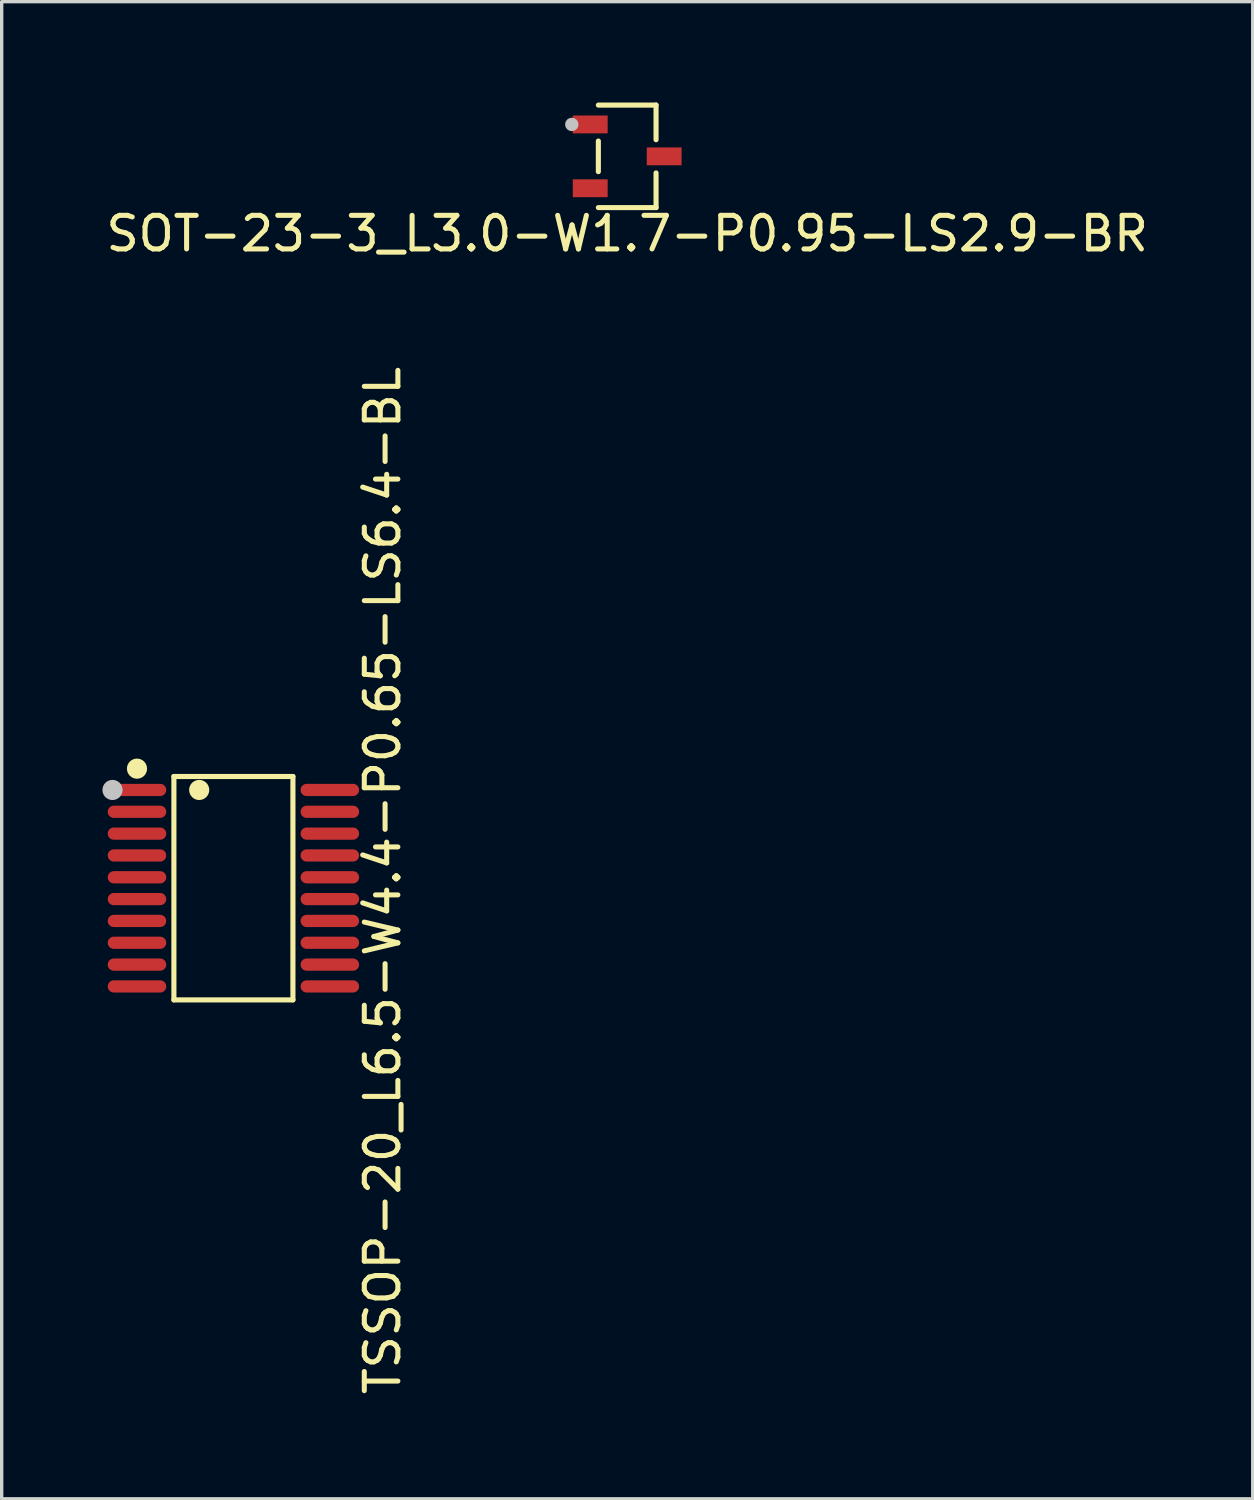
<source format=kicad_pcb>
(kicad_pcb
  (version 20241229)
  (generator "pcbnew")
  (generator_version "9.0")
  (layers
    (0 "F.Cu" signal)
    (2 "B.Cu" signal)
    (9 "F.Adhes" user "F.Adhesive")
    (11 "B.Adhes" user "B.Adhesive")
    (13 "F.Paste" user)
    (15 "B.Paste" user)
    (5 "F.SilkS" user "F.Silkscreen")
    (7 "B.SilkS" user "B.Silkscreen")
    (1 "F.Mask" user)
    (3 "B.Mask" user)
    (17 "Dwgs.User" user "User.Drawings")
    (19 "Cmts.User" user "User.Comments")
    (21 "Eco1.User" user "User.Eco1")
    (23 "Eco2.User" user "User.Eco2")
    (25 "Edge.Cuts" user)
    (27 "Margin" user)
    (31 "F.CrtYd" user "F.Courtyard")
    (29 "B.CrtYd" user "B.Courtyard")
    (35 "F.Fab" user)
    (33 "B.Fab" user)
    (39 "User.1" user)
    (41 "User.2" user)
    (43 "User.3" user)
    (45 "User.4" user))
  (footprint "TSSOP-20_L6.5-W4.4-P0.65-LS6.4-BL"
    (layer "F.Cu")
    (at 3.9 23.396)
    (property "Reference" "TSSOP-20_L6.5-W4.4-P0.65-LS6.4-BL" (at 4.442 -0.229 270) (layer "F.SilkS") (effects (font (size 1 1) (thickness 0.15))))
    (fp_line (start -1.772 -3.326) (end 1.772 -3.326) (stroke (width 0.152) (type default)) (layer "F.SilkS"))
    (fp_line (start -1.772 3.326) (end -1.772 -3.326) (stroke (width 0.152) (type default)) (layer "F.SilkS"))
    (fp_line (start 1.772 -3.326) (end 1.772 3.326) (stroke (width 0.152) (type default)) (layer "F.SilkS"))
    (fp_line (start 1.772 3.326) (end -1.772 3.326) (stroke (width 0.152) (type default)) (layer "F.SilkS"))
    (fp_circle (center -2.871 -3.559) (end -2.871 -3.409) (stroke (width 0.3) (type default)) (fill no) (layer "F.SilkS"))
    (fp_circle (center -1.019 -2.925) (end -1.019 -2.775) (stroke (width 0.3) (type default)) (fill no) (layer "F.SilkS"))
    (fp_circle (center -3.6 -2.925) (end -3.6 -2.775) (stroke (width 0.3) (type default)) (fill no) (layer "Dwgs.User"))
    (fp_rect (start -3.2 -3.055) (end -2.6 -2.795) (stroke (width 0.1) (type default)) (fill no) (layer "User.1"))
    (fp_rect (start -3.2 -2.405) (end -2.6 -2.145) (stroke (width 0.1) (type default)) (fill no) (layer "User.1"))
    (fp_rect (start -3.2 -1.755) (end -2.6 -1.495) (stroke (width 0.1) (type default)) (fill no) (layer "User.1"))
    (fp_rect (start -3.2 -1.105) (end -2.6 -0.845) (stroke (width 0.1) (type default)) (fill no) (layer "User.1"))
    (fp_rect (start -3.2 -0.455) (end -2.6 -0.195) (stroke (width 0.1) (type default)) (fill no) (layer "User.1"))
    (fp_rect (start -3.2 0.195) (end -2.6 0.455) (stroke (width 0.1) (type default)) (fill no) (layer "User.1"))
    (fp_rect (start -3.2 0.845) (end -2.6 1.105) (stroke (width 0.1) (type default)) (fill no) (layer "User.1"))
    (fp_rect (start -3.2 1.495) (end -2.6 1.755) (stroke (width 0.1) (type default)) (fill no) (layer "User.1"))
    (fp_rect (start -3.2 2.145) (end -2.6 2.405) (stroke (width 0.1) (type default)) (fill no) (layer "User.1"))
    (fp_rect (start -3.2 2.795) (end -2.6 3.055) (stroke (width 0.1) (type default)) (fill no) (layer "User.1"))
    (fp_rect (start -2.61 -3.055) (end -2.19 -2.795) (stroke (width 0.1) (type default)) (fill no) (layer "User.1"))
    (fp_rect (start -2.61 -2.405) (end -2.19 -2.145) (stroke (width 0.1) (type default)) (fill no) (layer "User.1"))
    (fp_rect (start -2.61 -1.755) (end -2.19 -1.495) (stroke (width 0.1) (type default)) (fill no) (layer "User.1"))
    (fp_rect (start -2.61 -1.105) (end -2.19 -0.845) (stroke (width 0.1) (type default)) (fill no) (layer "User.1"))
    (fp_rect (start -2.61 -0.455) (end -2.19 -0.195) (stroke (width 0.1) (type default)) (fill no) (layer "User.1"))
    (fp_rect (start -2.61 0.195) (end -2.19 0.455) (stroke (width 0.1) (type default)) (fill no) (layer "User.1"))
    (fp_rect (start -2.61 0.845) (end -2.19 1.105) (stroke (width 0.1) (type default)) (fill no) (layer "User.1"))
    (fp_rect (start -2.61 1.495) (end -2.19 1.755) (stroke (width 0.1) (type default)) (fill no) (layer "User.1"))
    (fp_rect (start -2.61 2.145) (end -2.19 2.405) (stroke (width 0.1) (type default)) (fill no) (layer "User.1"))
    (fp_rect (start -2.61 2.795) (end -2.19 3.055) (stroke (width 0.1) (type default)) (fill no) (layer "User.1"))
    (fp_rect (start 2.19 -3.055) (end 2.61 -2.795) (stroke (width 0.1) (type default)) (fill no) (layer "User.1"))
    (fp_rect (start 2.19 -2.405) (end 2.61 -2.145) (stroke (width 0.1) (type default)) (fill no) (layer "User.1"))
    (fp_rect (start 2.19 -1.755) (end 2.61 -1.495) (stroke (width 0.1) (type default)) (fill no) (layer "User.1"))
    (fp_rect (start 2.19 -1.105) (end 2.61 -0.845) (stroke (width 0.1) (type default)) (fill no) (layer "User.1"))
    (fp_rect (start 2.19 -0.455) (end 2.61 -0.195) (stroke (width 0.1) (type default)) (fill no) (layer "User.1"))
    (fp_rect (start 2.19 0.195) (end 2.61 0.455) (stroke (width 0.1) (type default)) (fill no) (layer "User.1"))
    (fp_rect (start 2.19 0.845) (end 2.61 1.105) (stroke (width 0.1) (type default)) (fill no) (layer "User.1"))
    (fp_rect (start 2.19 1.495) (end 2.61 1.755) (stroke (width 0.1) (type default)) (fill no) (layer "User.1"))
    (fp_rect (start 2.19 2.145) (end 2.61 2.405) (stroke (width 0.1) (type default)) (fill no) (layer "User.1"))
    (fp_rect (start 2.19 2.795) (end 2.61 3.055) (stroke (width 0.1) (type default)) (fill no) (layer "User.1"))
    (fp_rect (start 2.6 -3.055) (end 3.2 -2.795) (stroke (width 0.1) (type default)) (fill no) (layer "User.1"))
    (fp_rect (start 2.6 -2.405) (end 3.2 -2.145) (stroke (width 0.1) (type default)) (fill no) (layer "User.1"))
    (fp_rect (start 2.6 -1.755) (end 3.2 -1.495) (stroke (width 0.1) (type default)) (fill no) (layer "User.1"))
    (fp_rect (start 2.6 -1.105) (end 3.2 -0.845) (stroke (width 0.1) (type default)) (fill no) (layer "User.1"))
    (fp_rect (start 2.6 -0.455) (end 3.2 -0.195) (stroke (width 0.1) (type default)) (fill no) (layer "User.1"))
    (fp_rect (start 2.6 0.195) (end 3.2 0.455) (stroke (width 0.1) (type default)) (fill no) (layer "User.1"))
    (fp_rect (start 2.6 0.845) (end 3.2 1.105) (stroke (width 0.1) (type default)) (fill no) (layer "User.1"))
    (fp_rect (start 2.6 1.495) (end 3.2 1.755) (stroke (width 0.1) (type default)) (fill no) (layer "User.1"))
    (fp_rect (start 2.6 2.145) (end 3.2 2.405) (stroke (width 0.1) (type default)) (fill no) (layer "User.1"))
    (fp_rect (start 2.6 2.795) (end 3.2 3.055) (stroke (width 0.1) (type default)) (fill no) (layer "User.1"))
    (fp_line (start -2.2 -3.25) (end 2.2 -3.25) (stroke (width 0.051) (type default)) (layer "User.2"))
    (fp_line (start -2.2 3.25) (end -2.2 -3.25) (stroke (width 0.051) (type default)) (layer "User.2"))
    (fp_line (start 2.2 -3.25) (end 2.2 3.25) (stroke (width 0.051) (type default)) (layer "User.2"))
    (fp_line (start 2.2 3.25) (end -2.2 3.25) (stroke (width 0.051) (type default)) (layer "User.2"))
    (fp_poly (pts (xy -3.177 -3.195) (xy -3.145 -3.227) (xy -3.145 -3.273) (xy -3.177 -3.305) (xy -3.223 -3.305) (xy -3.255 -3.273) (xy -3.255 -3.227) (xy -3.223 -3.195)) (stroke (width 0.1) (type default)) (fill no) (layer "User.3"))
    (pad "1" smd oval (at -2.871 -2.925 270) (size 0.364 1.742) (layers "F.Cu" "F.Mask" "F.Paste"))
    (pad "2" smd oval (at -2.871 -2.275 270) (size 0.364 1.742) (layers "F.Cu" "F.Mask" "F.Paste"))
    (pad "3" smd oval (at -2.871 -1.625 270) (size 0.364 1.742) (layers "F.Cu" "F.Mask" "F.Paste"))
    (pad "4" smd oval (at -2.871 -0.975 270) (size 0.364 1.742) (layers "F.Cu" "F.Mask" "F.Paste"))
    (pad "5" smd oval (at -2.871 -0.325 270) (size 0.364 1.742) (layers "F.Cu" "F.Mask" "F.Paste"))
    (pad "6" smd oval (at -2.871 0.325 270) (size 0.364 1.742) (layers "F.Cu" "F.Mask" "F.Paste"))
    (pad "7" smd oval (at -2.871 0.975 270) (size 0.364 1.742) (layers "F.Cu" "F.Mask" "F.Paste"))
    (pad "8" smd oval (at -2.871 1.625 270) (size 0.364 1.742) (layers "F.Cu" "F.Mask" "F.Paste"))
    (pad "9" smd oval (at -2.871 2.275 270) (size 0.364 1.742) (layers "F.Cu" "F.Mask" "F.Paste"))
    (pad "10" smd oval (at -2.871 2.925 270) (size 0.364 1.742) (layers "F.Cu" "F.Mask" "F.Paste"))
    (pad "11" smd oval (at 2.871 2.925 270) (size 0.364 1.742) (layers "F.Cu" "F.Mask" "F.Paste"))
    (pad "12" smd oval (at 2.871 2.275 270) (size 0.364 1.742) (layers "F.Cu" "F.Mask" "F.Paste"))
    (pad "13" smd oval (at 2.871 1.625 270) (size 0.364 1.742) (layers "F.Cu" "F.Mask" "F.Paste"))
    (pad "14" smd oval (at 2.871 0.975 270) (size 0.364 1.742) (layers "F.Cu" "F.Mask" "F.Paste"))
    (pad "15" smd oval (at 2.871 0.325 270) (size 0.364 1.742) (layers "F.Cu" "F.Mask" "F.Paste"))
    (pad "16" smd oval (at 2.871 -0.325 270) (size 0.364 1.742) (layers "F.Cu" "F.Mask" "F.Paste"))
    (pad "17" smd oval (at 2.871 -0.975 270) (size 0.364 1.742) (layers "F.Cu" "F.Mask" "F.Paste"))
    (pad "18" smd oval (at 2.871 -1.625 270) (size 0.364 1.742) (layers "F.Cu" "F.Mask" "F.Paste"))
    (pad "19" smd oval (at 2.871 -2.275 270) (size 0.364 1.742) (layers "F.Cu" "F.Mask" "F.Paste"))
    (pad "20" smd oval (at 2.871 -2.925 270) (size 0.364 1.742) (layers "F.Cu" "F.Mask" "F.Paste")))
  (footprint "SOT-23-3_L3.0-W1.7-P0.95-LS2.9-BR"
    (layer "F.Cu")
    (at 15.625 1.605)
    (property "Reference" "SOT-23-3_L3.0-W1.7-P0.95-LS2.9-BR" (at 0 2.302 180) (layer "F.SilkS") (effects (font (size 1 1) (thickness 0.15))))
    (fp_line (start -0.859 -1.526) (end 0.859 -1.526) (stroke (width 0.152) (type default)) (layer "F.SilkS"))
    (fp_line (start -0.859 0.456) (end -0.859 -0.456) (stroke (width 0.152) (type default)) (layer "F.SilkS"))
    (fp_line (start -0.859 1.526) (end 0.859 1.526) (stroke (width 0.152) (type default)) (layer "F.SilkS"))
    (fp_line (start 0.859 -1.526) (end 0.859 -0.494) (stroke (width 0.152) (type default)) (layer "F.SilkS"))
    (fp_line (start 0.859 1.526) (end 0.859 0.494) (stroke (width 0.152) (type default)) (layer "F.SilkS"))
    (fp_circle (center -1.65 -0.95) (end -1.75 -0.95) (stroke (width 0.2) (type default)) (fill no) (layer "Dwgs.User"))
    (fp_rect (start -1.425 -1.137) (end -1 -0.762) (stroke (width 0.1) (type default)) (fill no) (layer "User.1"))
    (fp_rect (start -1.425 0.762) (end -1 1.137) (stroke (width 0.1) (type default)) (fill no) (layer "User.1"))
    (fp_rect (start -1.01 -1.137) (end -0.815 -0.762) (stroke (width 0.1) (type default)) (fill no) (layer "User.1"))
    (fp_rect (start -1.01 0.762) (end -0.815 1.137) (stroke (width 0.1) (type default)) (fill no) (layer "User.1"))
    (fp_rect (start 0.815 -0.188) (end 1.01 0.188) (stroke (width 0.1) (type default)) (fill no) (layer "User.1"))
    (fp_rect (start 1 -0.188) (end 1.425 0.188) (stroke (width 0.1) (type default)) (fill no) (layer "User.1"))
    (fp_line (start -0.85 -1.5) (end 0.85 -1.5) (stroke (width 0.051) (type default)) (layer "User.2"))
    (fp_line (start -0.85 1.5) (end -0.85 -1.5) (stroke (width 0.051) (type default)) (layer "User.2"))
    (fp_line (start 0.85 -1.5) (end 0.85 1.5) (stroke (width 0.051) (type default)) (layer "User.2"))
    (fp_line (start 0.85 1.5) (end -0.85 1.5) (stroke (width 0.051) (type default)) (layer "User.2"))
    (fp_poly (pts (xy -1.48 -1.477) (xy -1.448 -1.445) (xy -1.402 -1.445) (xy -1.37 -1.477) (xy -1.37 -1.523) (xy -1.402 -1.555) (xy -1.448 -1.555) (xy -1.48 -1.523)) (stroke (width 0.1) (type default)) (fill no) (layer "User.3"))
    (pad "1" smd rect (at -1.101 -0.95 180) (size 1.038 0.532) (layers "F.Cu" "F.Mask" "F.Paste"))
    (pad "2" smd rect (at -1.101 0.95 180) (size 1.038 0.532) (layers "F.Cu" "F.Mask" "F.Paste"))
    (pad "3" smd rect (at 1.101 0 180) (size 1.038 0.532) (layers "F.Cu" "F.Mask" "F.Paste")))
  (gr_rect
    (start -3 -3)
    (end 34.25 41.577)
    (stroke (width 0.1) (type default))
    (fill no)
    (layer "Edge.Cuts")))
</source>
